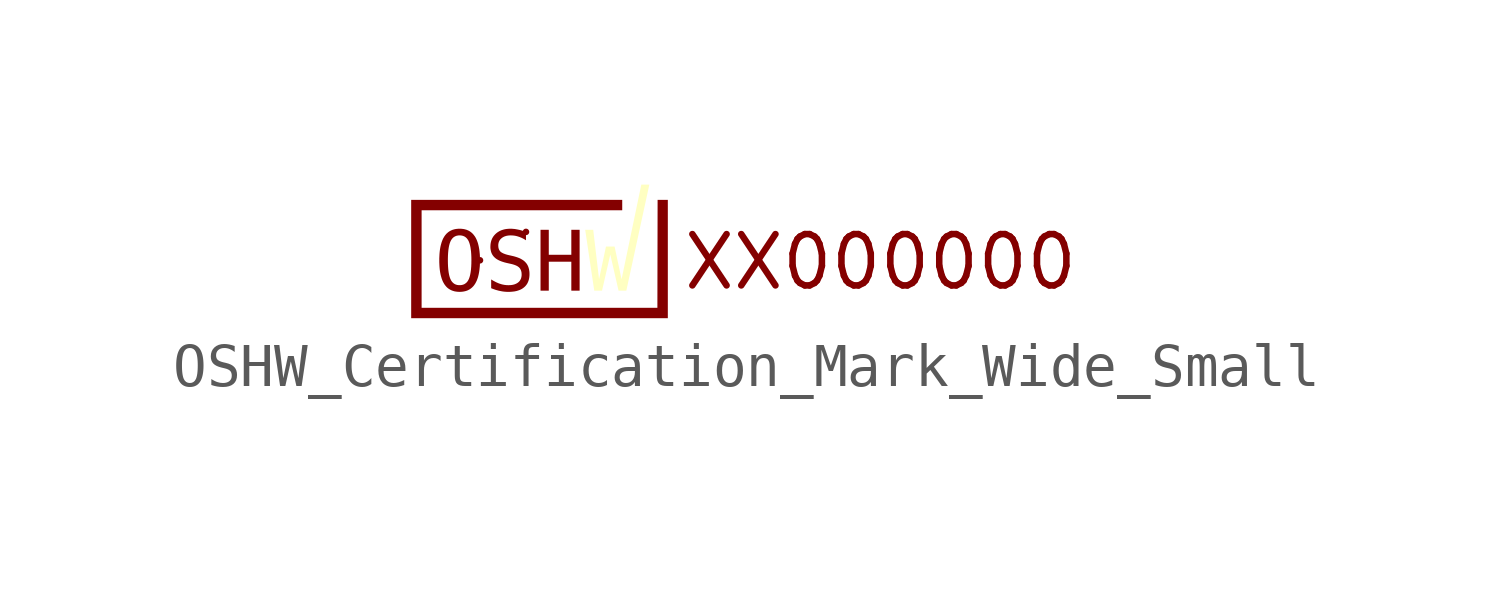
<source format=kicad_sym>
(kicad_symbol_lib
  (version 20220914)
  (generator kicad_symbol_editor)
  (symbol "OSHW_Certification_Mark_Wide_Small"
    (property "Reference" "LOGO"
      (at 0 0 0)
      (effects (font (size 1.27 1.27)) hide))
    (symbol "OSHW_Certification_Mark_Wide_Small_1_1"
      (polyline (pts (xy -1.391 -0.214) (xy -1.391 -0.214) (xy -1.391 -0.214)) (stroke (width 0) (type default)) (fill (type outline)))
      (polyline (pts (xy -0.316 0.45) (xy -0.316 0.45) (xy -0.316 0.45)) (stroke (width 0) (type default)) (fill (type outline)))
      (polyline (pts (xy 3 -1.568) (xy -3 -1.568) (xy -3 1.199) (xy -3 1.199) (xy 1.934 1.199) (xy 1.934 0.955) (xy -2.756 0.955) (xy -2.756 -1.324) (xy 2.756 -1.324) (xy 2.761 1.199) (xy 3 1.199)) (stroke (width -0.0001) (type default)) (fill (type outline)))
      (polyline (pts (xy 0.217 -0.085) (xy 0.744 -0.085) (xy 0.744 0.499) (xy 0.938 0.499) (xy 0.938 -0.924) (xy 0.744 -0.924) (xy 0.744 -0.247) (xy 0.217 -0.247) (xy 0.217 -0.924) (xy 0.024 -0.924) (xy 0.024 0.499) (xy 0.217 0.499)) (stroke (width -0.0001) (type default)) (fill (type outline)))
      (polyline (pts (xy 2.03 -0.924) (xy 1.848 -0.924) (xy 1.655 -0.079) (xy 1.462 -0.924) (xy 1.28 -0.924) (xy 1.068 0.499) (xy 1.256 0.499) (xy 1.392 -0.656) (xy 1.554 0.108) (xy 1.755 0.108) (xy 1.919 -0.658) (xy 2.38 1.556) (xy 2.568 1.556)) (stroke (width -0.0001) (type default)) (fill (type background)))
      (polyline (pts (xy -1.838 0.524) (xy -1.809 0.521) (xy -1.782 0.518) (xy -1.755 0.513) (xy -1.729 0.506) (xy -1.704 0.499) (xy -1.681 0.489) (xy -1.658 0.479) (xy -1.636 0.467) (xy -1.615 0.453) (xy -1.595 0.438) (xy -1.576 0.421) (xy -1.558 0.404) (xy -1.541 0.384) (xy -1.525 0.363) (xy -1.509 0.341) (xy -1.495 0.318) (xy -1.482 0.293) (xy -1.469 0.266) (xy -1.458 0.238) (xy -1.447 0.208) (xy -1.437 0.177) (xy -1.429 0.145) (xy -1.421 0.111) (xy -1.414 0.075) (xy -1.408 0.039) (xy -1.403 0.0001) (xy -1.399 -0.04) (xy -1.395 -0.081) (xy -1.393 -0.124) (xy -1.392 -0.168) (xy -1.391 -0.214) (xy -1.392 -0.26) (xy -1.393 -0.304) (xy -1.395 -0.347) (xy -1.399 -0.388) (xy -1.403 -0.428) (xy -1.408 -0.466) (xy -1.414 -0.503) (xy -1.421 -0.539) (xy -1.429 -0.573) (xy -1.437 -0.605) (xy -1.447 -0.636) (xy -1.458 -0.666) (xy -1.469 -0.694) (xy -1.482 -0.72) (xy -1.495 -0.745) (xy -1.509 -0.769) (xy -1.517 -0.78) (xy -1.525 -0.791) (xy -1.532 -0.802) (xy -1.541 -0.812) (xy -1.549 -0.822) (xy -1.558 -0.831) (xy -1.567 -0.84) (xy -1.576 -0.849) (xy -1.585 -0.857) (xy -1.595 -0.865) (xy -1.605 -0.873) (xy -1.615 -0.88) (xy -1.625 -0.887) (xy -1.636 -0.894) (xy -1.647 -0.9) (xy -1.658 -0.906) (xy -1.669 -0.912) (xy -1.681 -0.917) (xy -1.692 -0.922) (xy -1.704 -0.926) (xy -1.717 -0.93) (xy -1.729 -0.934) (xy -1.742 -0.937) (xy -1.755 -0.94) (xy -1.768 -0.943) (xy -1.782 -0.945) (xy -1.809 -0.949) (xy -1.838 -0.951) (xy -1.868 -0.952) (xy -1.897 -0.951) (xy -1.926 -0.949) (xy -1.954 -0.945) (xy -1.981 -0.941) (xy -2.006 -0.934) (xy -2.031 -0.926) (xy -2.055 -0.917) (xy -2.078 -0.906) (xy -2.1 -0.894) (xy -2.121 -0.881) (xy -2.141 -0.866) (xy -2.16 -0.85) (xy -2.178 -0.832) (xy -2.195 -0.812) (xy -2.211 -0.792) (xy -2.226 -0.77) (xy -2.24 -0.746) (xy -2.254 -0.721) (xy -2.266 -0.695) (xy -2.277 -0.667) (xy -2.288 -0.637) (xy -2.297 -0.606) (xy -2.306 -0.574) (xy -2.314 -0.54) (xy -2.321 -0.504) (xy -2.327 -0.468) (xy -2.332 -0.429) (xy -2.336 -0.389) (xy -2.339 -0.348) (xy -2.341 -0.305) (xy -2.343 -0.26) (xy -2.343 -0.214) (xy -2.142 -0.214) (xy -2.141 -0.29) (xy -2.138 -0.359) (xy -2.133 -0.424) (xy -2.126 -0.482) (xy -2.122 -0.509) (xy -2.117 -0.535) (xy -2.112 -0.56) (xy -2.106 -0.583) (xy -2.1 -0.605) (xy -2.093 -0.625) (xy -2.086 -0.644) (xy -2.078 -0.661) (xy -2.07 -0.677) (xy -2.066 -0.685) (xy -2.061 -0.693) (xy -2.056 -0.7) (xy -2.051 -0.707) (xy -2.046 -0.714) (xy -2.041 -0.72) (xy -2.035 -0.726) (xy -2.03 -0.732) (xy -2.024 -0.738) (xy -2.018 -0.743) (xy -2.012 -0.748) (xy -2.006 -0.753) (xy -2 -0.758) (xy -1.993 -0.762) (xy -1.987 -0.766) (xy -1.98 -0.77) (xy -1.973 -0.773) (xy -1.966 -0.777) (xy -1.958 -0.78) (xy -1.951 -0.782) (xy -1.943 -0.785) (xy -1.936 -0.787) (xy -1.928 -0.789) (xy -1.92 -0.791) (xy -1.911 -0.792) (xy -1.903 -0.793) (xy -1.894 -0.794) (xy -1.886 -0.795) (xy -1.868 -0.795) (xy -1.85 -0.795) (xy -1.832 -0.793) (xy -1.816 -0.791) (xy -1.8 -0.787) (xy -1.784 -0.782) (xy -1.769 -0.777) (xy -1.755 -0.77) (xy -1.742 -0.762) (xy -1.729 -0.753) (xy -1.717 -0.743) (xy -1.705 -0.733) (xy -1.694 -0.721) (xy -1.684 -0.708) (xy -1.674 -0.693) (xy -1.665 -0.678) (xy -1.657 -0.662) (xy -1.649 -0.645) (xy -1.642 -0.626) (xy -1.635 -0.605) (xy -1.629 -0.584) (xy -1.623 -0.561) (xy -1.618 -0.536) (xy -1.613 -0.51) (xy -1.609 -0.483) (xy -1.605 -0.454) (xy -1.601 -0.424) (xy -1.599 -0.393) (xy -1.596 -0.36) (xy -1.595 -0.326) (xy -1.593 -0.29) (xy -1.593 -0.253) (xy -1.592 -0.214) (xy -1.593 -0.139) (xy -1.596 -0.069) (xy -1.601 -0.004) (xy -1.609 0.054) (xy -1.613 0.082) (xy -1.618 0.108) (xy -1.623 0.132) (xy -1.629 0.155) (xy -1.635 0.177) (xy -1.642 0.197) (xy -1.649 0.216) (xy -1.657 0.234) (xy -1.665 0.25) (xy -1.67 0.258) (xy -1.674 0.265) (xy -1.679 0.272) (xy -1.684 0.279) (xy -1.689 0.286) (xy -1.694 0.292) (xy -1.7 0.299) (xy -1.705 0.305) (xy -1.711 0.31) (xy -1.717 0.316) (xy -1.723 0.321) (xy -1.729 0.326) (xy -1.735 0.33) (xy -1.742 0.335) (xy -1.748 0.339) (xy -1.755 0.342) (xy -1.762 0.346) (xy -1.769 0.349) (xy -1.777 0.352) (xy -1.784 0.355) (xy -1.792 0.357) (xy -1.8 0.36) (xy -1.808 0.362) (xy -1.816 0.363) (xy -1.824 0.365) (xy -1.832 0.366) (xy -1.841 0.367) (xy -1.85 0.368) (xy -1.868 0.368) (xy -1.886 0.368) (xy -1.903 0.366) (xy -1.92 0.363) (xy -1.936 0.36) (xy -1.951 0.355) (xy -1.966 0.349) (xy -1.98 0.342) (xy -1.993 0.335) (xy -2.006 0.326) (xy -2.018 0.316) (xy -2.03 0.305) (xy -2.041 0.292) (xy -2.051 0.279) (xy -2.061 0.265) (xy -2.07 0.25) (xy -2.078 0.234) (xy -2.086 0.216) (xy -2.093 0.197) (xy -2.1 0.177) (xy -2.106 0.155) (xy -2.112 0.132) (xy -2.117 0.108) (xy -2.122 0.082) (xy -2.126 0.054) (xy -2.13 0.026) (xy -2.133 -0.004) (xy -2.136 -0.036) (xy -2.138 -0.069) (xy -2.14 -0.103) (xy -2.141 -0.139) (xy -2.142 -0.176) (xy -2.142 -0.214) (xy -2.343 -0.214) (xy -2.343 -0.168) (xy -2.341 -0.124) (xy -2.339 -0.081) (xy -2.336 -0.04) (xy -2.332 0.0001) (xy -2.327 0.039) (xy -2.321 0.075) (xy -2.314 0.111) (xy -2.306 0.145) (xy -2.297 0.177) (xy -2.288 0.208) (xy -2.277 0.238) (xy -2.266 0.266) (xy -2.254 0.293) (xy -2.24 0.318) (xy -2.226 0.341) (xy -2.219 0.353) (xy -2.211 0.363) (xy -2.203 0.374) (xy -2.195 0.384) (xy -2.186 0.394) (xy -2.178 0.404) (xy -2.169 0.413) (xy -2.159 0.421) (xy -2.15 0.43) (xy -2.14 0.438) (xy -2.131 0.446) (xy -2.12 0.453) (xy -2.11 0.46) (xy -2.099 0.467) (xy -2.088 0.473) (xy -2.077 0.479) (xy -2.066 0.484) (xy -2.055 0.489) (xy -2.043 0.494) (xy -2.031 0.499) (xy -2.018 0.503) (xy -2.006 0.506) (xy -1.993 0.51) (xy -1.98 0.513) (xy -1.954 0.518) (xy -1.926 0.521) (xy -1.897 0.524) (xy -1.868 0.524)) (stroke (width -0.0001) (type default)) (fill (type outline)))
      (polyline (pts (xy -0.658 0.524) (xy -0.638 0.523) (xy -0.616 0.521) (xy -0.595 0.519) (xy -0.573 0.517) (xy -0.551 0.513) (xy -0.529 0.509) (xy -0.507 0.505) (xy -0.484 0.5) (xy -0.461 0.495) (xy -0.437 0.489) (xy -0.414 0.482) (xy -0.39 0.475) (xy -0.365 0.467) (xy -0.341 0.459) (xy -0.316 0.45) (xy -0.316 0.254) (xy -0.338 0.268) (xy -0.36 0.281) (xy -0.382 0.293) (xy -0.404 0.304) (xy -0.426 0.314) (xy -0.448 0.323) (xy -0.47 0.332) (xy -0.492 0.339) (xy -0.514 0.346) (xy -0.536 0.352) (xy -0.558 0.357) (xy -0.58 0.361) (xy -0.603 0.364) (xy -0.625 0.366) (xy -0.647 0.367) (xy -0.67 0.368) (xy -0.686 0.368) (xy -0.703 0.367) (xy -0.719 0.366) (xy -0.734 0.364) (xy -0.749 0.362) (xy -0.764 0.359) (xy -0.778 0.356) (xy -0.791 0.352) (xy -0.805 0.348) (xy -0.818 0.343) (xy -0.83 0.338) (xy -0.842 0.332) (xy -0.853 0.326) (xy -0.864 0.319) (xy -0.875 0.312) (xy -0.885 0.304) (xy -0.894 0.296) (xy -0.903 0.287) (xy -0.912 0.279) (xy -0.919 0.27) (xy -0.927 0.26) (xy -0.933 0.251) (xy -0.939 0.24) (xy -0.944 0.23) (xy -0.949 0.219) (xy -0.953 0.208) (xy -0.956 0.196) (xy -0.959 0.184) (xy -0.961 0.172) (xy -0.963 0.16) (xy -0.964 0.147) (xy -0.964 0.133) (xy -0.964 0.122) (xy -0.963 0.111) (xy -0.962 0.1) (xy -0.961 0.089) (xy -0.959 0.079) (xy -0.957 0.069) (xy -0.954 0.059) (xy -0.951 0.05) (xy -0.948 0.041) (xy -0.944 0.033) (xy -0.94 0.025) (xy -0.935 0.017) (xy -0.93 0.01) (xy -0.925 0.003) (xy -0.919 -0.004) (xy -0.913 -0.011) (xy -0.906 -0.017) (xy -0.898 -0.023) (xy -0.89 -0.029) (xy -0.881 -0.034) (xy -0.871 -0.04) (xy -0.861 -0.045) (xy -0.85 -0.051) (xy -0.838 -0.056) (xy -0.825 -0.061) (xy -0.812 -0.066) (xy -0.798 -0.071) (xy -0.784 -0.076) (xy -0.768 -0.08) (xy -0.752 -0.085) (xy -0.736 -0.089) (xy -0.718 -0.093) (xy -0.617 -0.116) (xy -0.593 -0.122) (xy -0.569 -0.129) (xy -0.546 -0.136) (xy -0.524 -0.143) (xy -0.503 -0.151) (xy -0.482 -0.159) (xy -0.463 -0.167) (xy -0.444 -0.176) (xy -0.426 -0.186) (xy -0.409 -0.196) (xy -0.393 -0.206) (xy -0.378 -0.216) (xy -0.364 -0.227) (xy -0.35 -0.239) (xy -0.337 -0.251) (xy -0.326 -0.263) (xy -0.315 -0.276) (xy -0.304 -0.289) (xy -0.294 -0.303) (xy -0.285 -0.318) (xy -0.277 -0.333) (xy -0.27 -0.348) (xy -0.263 -0.364) (xy -0.257 -0.381) (xy -0.252 -0.399) (xy -0.247 -0.416) (xy -0.243 -0.435) (xy -0.24 -0.454) (xy -0.237 -0.473) (xy -0.235 -0.494) (xy -0.234 -0.514) (xy -0.234 -0.536) (xy -0.234 -0.561) (xy -0.236 -0.585) (xy -0.238 -0.608) (xy -0.242 -0.631) (xy -0.246 -0.653) (xy -0.252 -0.674) (xy -0.258 -0.695) (xy -0.266 -0.715) (xy -0.274 -0.734) (xy -0.283 -0.752) (xy -0.293 -0.769) (xy -0.305 -0.786) (xy -0.317 -0.802) (xy -0.33 -0.817) (xy -0.345 -0.832) (xy -0.36 -0.845) (xy -0.376 -0.858) (xy -0.393 -0.87) (xy -0.411 -0.882) (xy -0.43 -0.892) (xy -0.45 -0.902) (xy -0.47 -0.91) (xy -0.492 -0.918) (xy -0.514 -0.925) (xy -0.537 -0.932) (xy -0.562 -0.937) (xy -0.587 -0.942) (xy -0.613 -0.945) (xy -0.64 -0.948) (xy -0.667 -0.95) (xy -0.696 -0.952) (xy -0.726 -0.952) (xy -0.751 -0.952) (xy -0.776 -0.951) (xy -0.801 -0.949) (xy -0.826 -0.947) (xy -0.851 -0.944) (xy -0.876 -0.94) (xy -0.902 -0.935) (xy -0.927 -0.93) (xy -0.952 -0.925) (xy -0.977 -0.918) (xy -1.003 -0.911) (xy -1.028 -0.904) (xy -1.054 -0.895) (xy -1.079 -0.886) (xy -1.104 -0.877) (xy -1.13 -0.866) (xy -1.13 -0.661) (xy -1.103 -0.678) (xy -1.076 -0.694) (xy -1.049 -0.708) (xy -1.023 -0.722) (xy -0.998 -0.734) (xy -0.972 -0.745) (xy -0.948 -0.755) (xy -0.923 -0.763) (xy -0.898 -0.771) (xy -0.874 -0.778) (xy -0.849 -0.783) (xy -0.825 -0.788) (xy -0.8 -0.791) (xy -0.775 -0.794) (xy -0.751 -0.795) (xy -0.726 -0.796) (xy -0.708 -0.795) (xy -0.69 -0.795) (xy -0.673 -0.793) (xy -0.657 -0.792) (xy -0.641 -0.789) (xy -0.625 -0.787) (xy -0.611 -0.783) (xy -0.596 -0.78) (xy -0.582 -0.775) (xy -0.569 -0.77) (xy -0.556 -0.765) (xy -0.543 -0.759) (xy -0.532 -0.753) (xy -0.52 -0.746) (xy -0.509 -0.739) (xy -0.499 -0.731) (xy -0.489 -0.723) (xy -0.48 -0.714) (xy -0.471 -0.705) (xy -0.464 -0.695) (xy -0.456 -0.685) (xy -0.45 -0.674) (xy -0.444 -0.664) (xy -0.438 -0.652) (xy -0.433 -0.641) (xy -0.429 -0.629) (xy -0.426 -0.616) (xy -0.423 -0.603) (xy -0.421 -0.59) (xy -0.419 -0.577) (xy -0.418 -0.562) (xy -0.418 -0.548) (xy -0.418 -0.535) (xy -0.419 -0.522) (xy -0.42 -0.51) (xy -0.421 -0.498) (xy -0.423 -0.486) (xy -0.426 -0.475) (xy -0.429 -0.464) (xy -0.432 -0.454) (xy -0.436 -0.444) (xy -0.44 -0.434) (xy -0.445 -0.425) (xy -0.45 -0.416) (xy -0.455 -0.408) (xy -0.461 -0.4) (xy -0.467 -0.392) (xy -0.474 -0.385) (xy -0.481 -0.378) (xy -0.489 -0.371) (xy -0.498 -0.365) (xy -0.507 -0.358) (xy -0.517 -0.352) (xy -0.527 -0.346) (xy -0.538 -0.341) (xy -0.55 -0.335) (xy -0.563 -0.33) (xy -0.576 -0.325) (xy -0.589 -0.32) (xy -0.604 -0.315) (xy -0.619 -0.311) (xy -0.634 -0.306) (xy -0.651 -0.302) (xy -0.668 -0.298) (xy -0.771 -0.275) (xy -0.795 -0.269) (xy -0.818 -0.263) (xy -0.841 -0.256) (xy -0.863 -0.249) (xy -0.884 -0.242) (xy -0.904 -0.234) (xy -0.923 -0.227) (xy -0.942 -0.218) (xy -0.959 -0.21) (xy -0.976 -0.201) (xy -0.992 -0.191) (xy -1.007 -0.182) (xy -1.021 -0.172) (xy -1.034 -0.161) (xy -1.047 -0.15) (xy -1.058 -0.139) (xy -1.069 -0.128) (xy -1.079 -0.116) (xy -1.089 -0.103) (xy -1.098 -0.09) (xy -1.106 -0.076) (xy -1.113 -0.063) (xy -1.12 -0.048) (xy -1.126 -0.033) (xy -1.131 -0.018) (xy -1.135 -0.002) (xy -1.139 0.015) (xy -1.142 0.032) (xy -1.145 0.049) (xy -1.147 0.067) (xy -1.148 0.085) (xy -1.148 0.104) (xy -1.147 0.127) (xy -1.146 0.15) (xy -1.143 0.173) (xy -1.14 0.194) (xy -1.135 0.215) (xy -1.13 0.236) (xy -1.123 0.256) (xy -1.116 0.275) (xy -1.108 0.294) (xy -1.098 0.312) (xy -1.088 0.33) (xy -1.076 0.347) (xy -1.064 0.363) (xy -1.05 0.379) (xy -1.036 0.394) (xy -1.02 0.409) (xy -1.004 0.423) (xy -0.987 0.436) (xy -0.969 0.448) (xy -0.951 0.459) (xy -0.932 0.47) (xy -0.912 0.479) (xy -0.892 0.488) (xy -0.871 0.495) (xy -0.849 0.502) (xy -0.827 0.508) (xy -0.804 0.513) (xy -0.78 0.517) (xy -0.756 0.52) (xy -0.731 0.522) (xy -0.705 0.524) (xy -0.679 0.524)) (stroke (width -0.0001) (type default)) (fill (type outline)))
      (text "XX000000" (at 3.302 -0.254 0) (effects (font (face "KiCad Font") (size 1.2 1.2)) (justify left))))))
</source>
